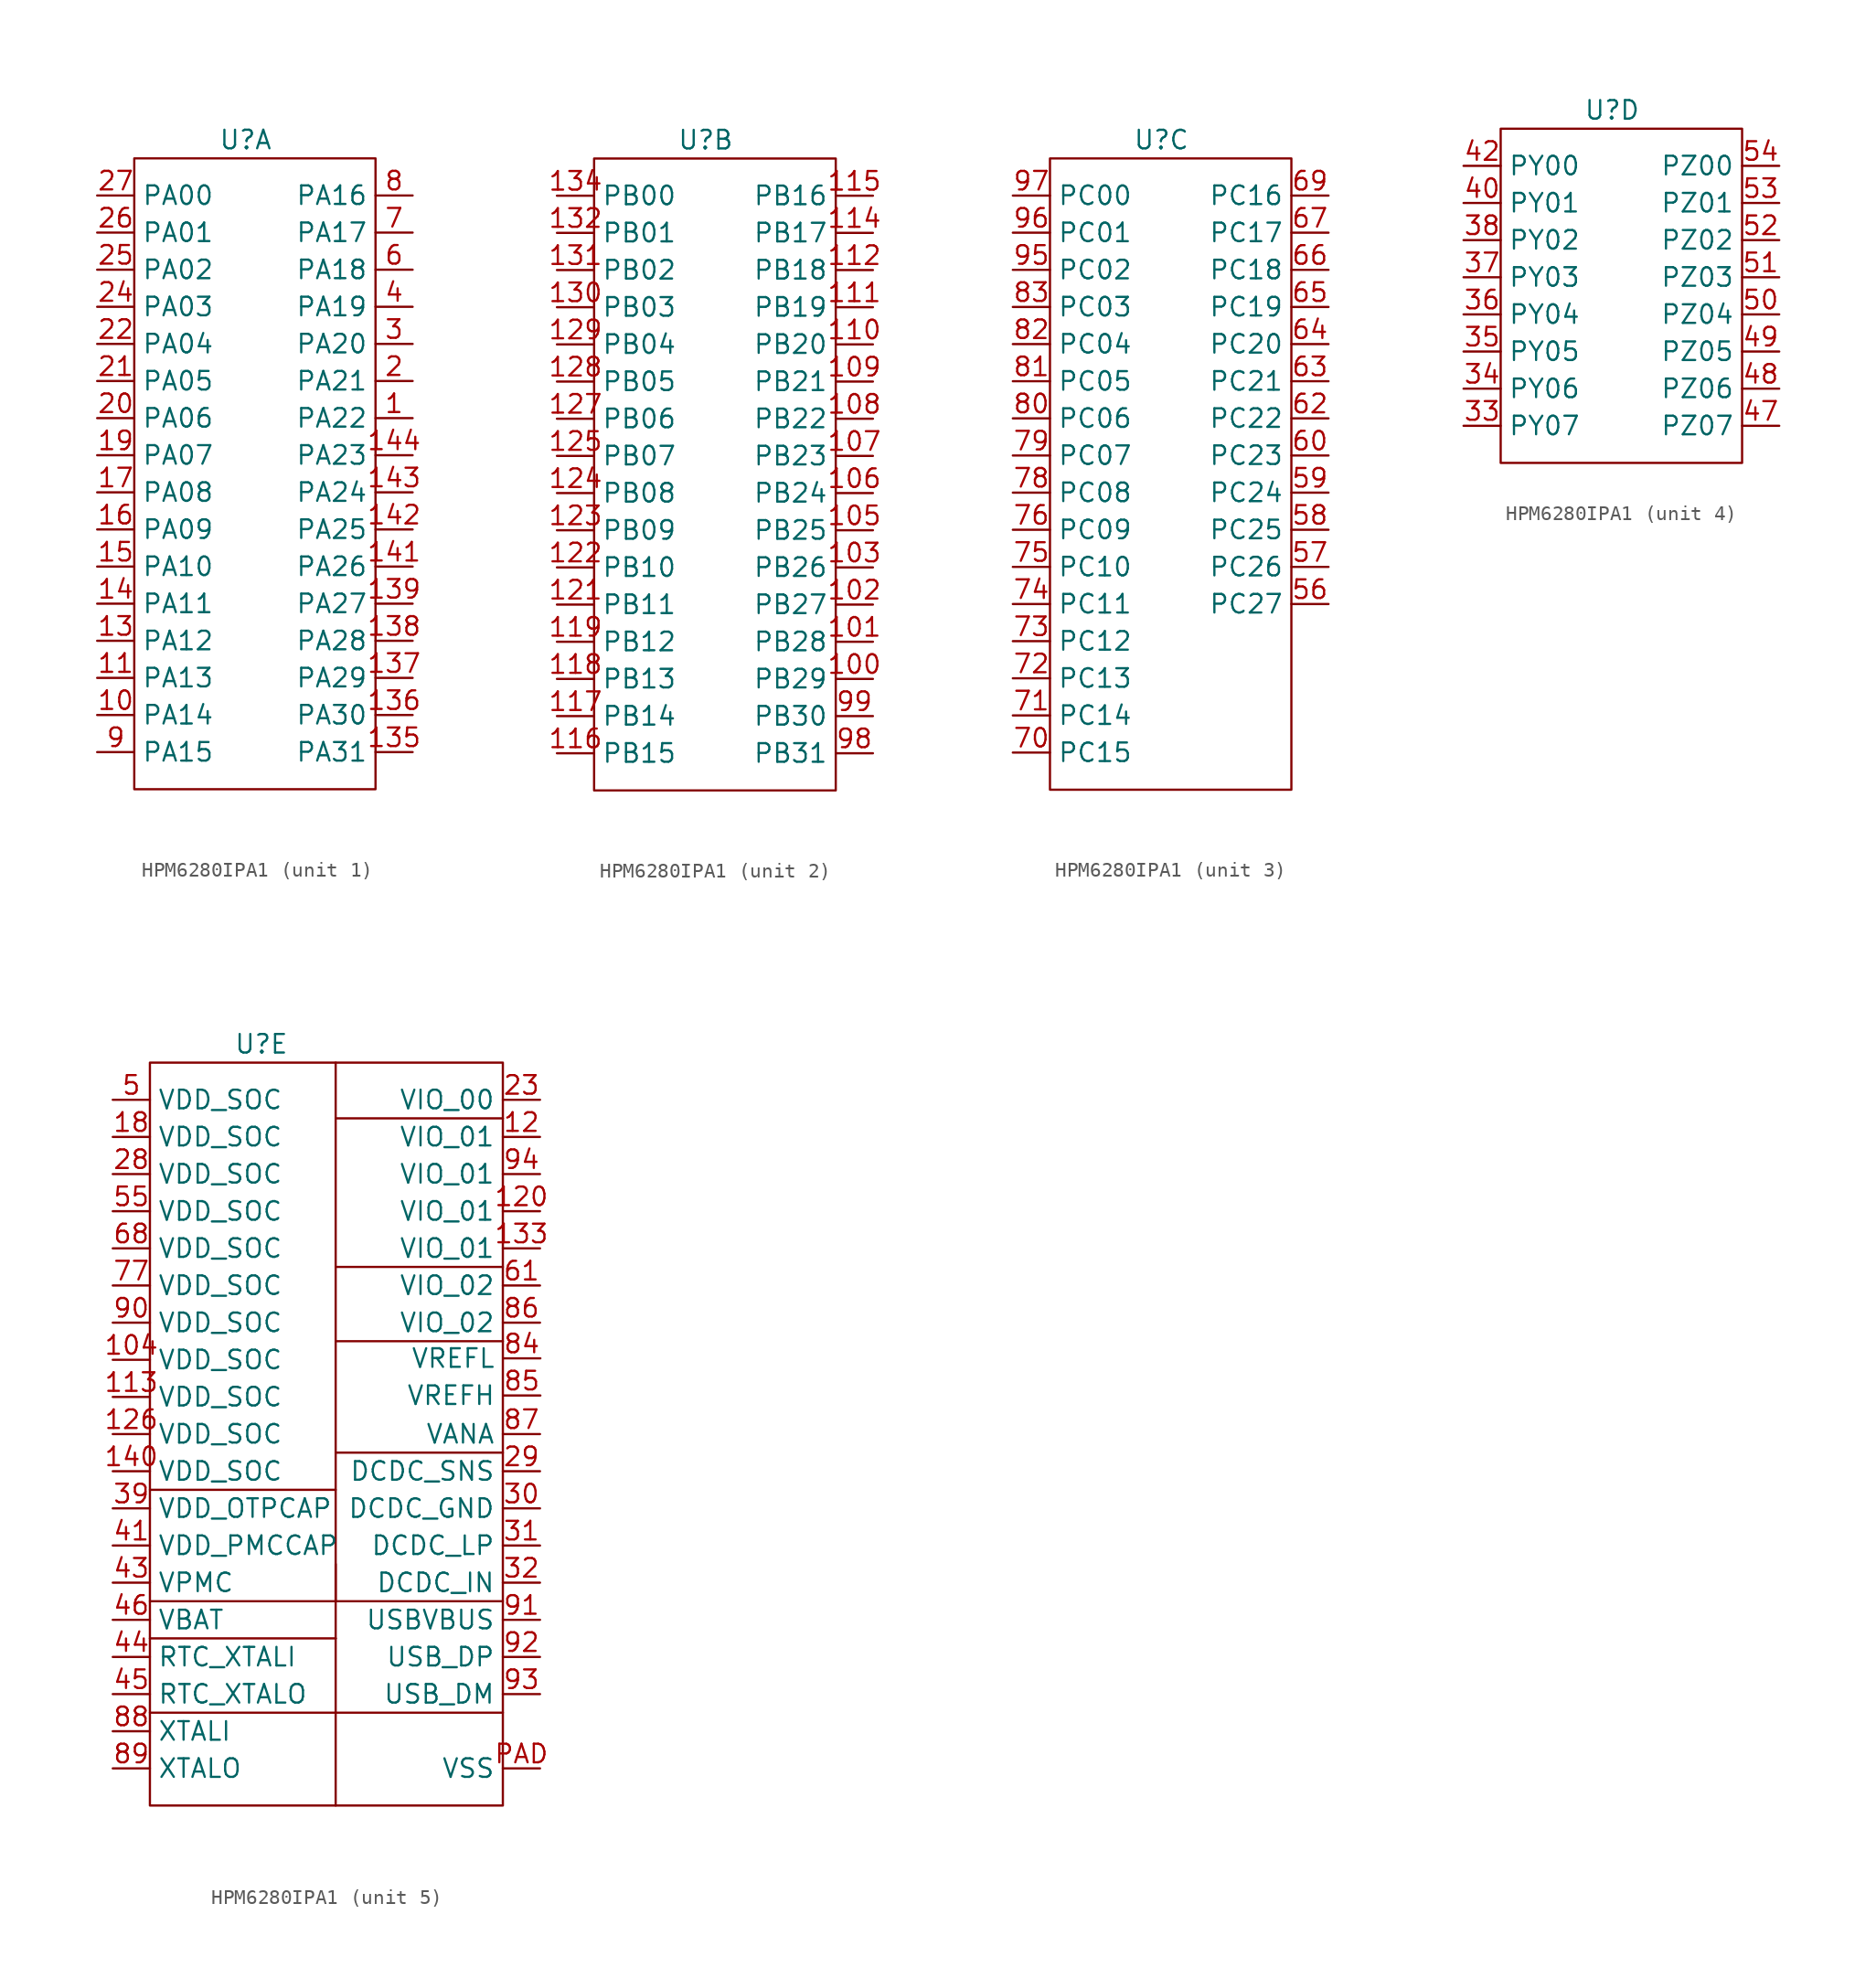
<source format=kicad_sym>
(kicad_symbol_lib
  (version 20220914)
  (generator kicad_symbol_editor)
  (symbol "HPM6280IPA1"
    (property "Reference" "U"
      (at 10.16 3.81 0)
      (effects (font (size 1.27 1.27))))
    (property "Value" ""
      (at 0 0 0)
      (effects (font (size 1.27 1.27))))
    (property "ki_locked" ""
      (at 0 0 0)
      (effects (font (size 1.27 1.27))))
    (symbol "HPM6280IPA1_1_1"
      (rectangle (start 2.54 2.54) (end 19.05 -40.64) (stroke (width 0) (type default)) (fill (type none)))
      (pin bidirectional line (at 21.59 -15.24 180) (length 2.54) (name "PA22" (effects (font (size 1.27 1.27)))) (number "1" (effects (font (size 1.27 1.27)))))
      (pin bidirectional line (at 0 -35.56 0) (length 2.54) (name "PA14" (effects (font (size 1.27 1.27)))) (number "10" (effects (font (size 1.27 1.27)))))
      (pin bidirectional line (at 0 -33.02 0) (length 2.54) (name "PA13" (effects (font (size 1.27 1.27)))) (number "11" (effects (font (size 1.27 1.27)))))
      (pin bidirectional line (at 0 -30.48 0) (length 2.54) (name "PA12" (effects (font (size 1.27 1.27)))) (number "13" (effects (font (size 1.27 1.27)))))
      (pin bidirectional line (at 21.59 -38.1 180) (length 2.54) (name "PA31" (effects (font (size 1.27 1.27)))) (number "135" (effects (font (size 1.27 1.27)))))
      (pin bidirectional line (at 21.59 -35.56 180) (length 2.54) (name "PA30" (effects (font (size 1.27 1.27)))) (number "136" (effects (font (size 1.27 1.27)))))
      (pin bidirectional line (at 21.59 -33.02 180) (length 2.54) (name "PA29" (effects (font (size 1.27 1.27)))) (number "137" (effects (font (size 1.27 1.27)))))
      (pin bidirectional line (at 21.59 -30.48 180) (length 2.54) (name "PA28" (effects (font (size 1.27 1.27)))) (number "138" (effects (font (size 1.27 1.27)))))
      (pin bidirectional line (at 21.59 -27.94 180) (length 2.54) (name "PA27" (effects (font (size 1.27 1.27)))) (number "139" (effects (font (size 1.27 1.27)))))
      (pin bidirectional line (at 0 -27.94 0) (length 2.54) (name "PA11" (effects (font (size 1.27 1.27)))) (number "14" (effects (font (size 1.27 1.27)))))
      (pin bidirectional line (at 21.59 -25.4 180) (length 2.54) (name "PA26" (effects (font (size 1.27 1.27)))) (number "141" (effects (font (size 1.27 1.27)))))
      (pin bidirectional line (at 21.59 -22.86 180) (length 2.54) (name "PA25" (effects (font (size 1.27 1.27)))) (number "142" (effects (font (size 1.27 1.27)))))
      (pin bidirectional line (at 21.59 -20.32 180) (length 2.54) (name "PA24" (effects (font (size 1.27 1.27)))) (number "143" (effects (font (size 1.27 1.27)))))
      (pin bidirectional line (at 21.59 -17.78 180) (length 2.54) (name "PA23" (effects (font (size 1.27 1.27)))) (number "144" (effects (font (size 1.27 1.27)))))
      (pin bidirectional line (at 0 -25.4 0) (length 2.54) (name "PA10" (effects (font (size 1.27 1.27)))) (number "15" (effects (font (size 1.27 1.27)))))
      (pin bidirectional line (at 0 -22.86 0) (length 2.54) (name "PA09" (effects (font (size 1.27 1.27)))) (number "16" (effects (font (size 1.27 1.27)))))
      (pin bidirectional line (at 0 -20.32 0) (length 2.54) (name "PA08" (effects (font (size 1.27 1.27)))) (number "17" (effects (font (size 1.27 1.27)))))
      (pin bidirectional line (at 0 -17.78 0) (length 2.54) (name "PA07" (effects (font (size 1.27 1.27)))) (number "19" (effects (font (size 1.27 1.27)))))
      (pin bidirectional line (at 21.59 -12.7 180) (length 2.54) (name "PA21" (effects (font (size 1.27 1.27)))) (number "2" (effects (font (size 1.27 1.27)))))
      (pin bidirectional line (at 0 -15.24 0) (length 2.54) (name "PA06" (effects (font (size 1.27 1.27)))) (number "20" (effects (font (size 1.27 1.27)))))
      (pin bidirectional line (at 0 -12.7 0) (length 2.54) (name "PA05" (effects (font (size 1.27 1.27)))) (number "21" (effects (font (size 1.27 1.27)))))
      (pin bidirectional line (at 0 -10.16 0) (length 2.54) (name "PA04" (effects (font (size 1.27 1.27)))) (number "22" (effects (font (size 1.27 1.27)))))
      (pin bidirectional line (at 0 -7.62 0) (length 2.54) (name "PA03" (effects (font (size 1.27 1.27)))) (number "24" (effects (font (size 1.27 1.27)))))
      (pin bidirectional line (at 0 -5.08 0) (length 2.54) (name "PA02" (effects (font (size 1.27 1.27)))) (number "25" (effects (font (size 1.27 1.27)))))
      (pin bidirectional line (at 0 -2.54 0) (length 2.54) (name "PA01" (effects (font (size 1.27 1.27)))) (number "26" (effects (font (size 1.27 1.27)))))
      (pin bidirectional line (at 0 0 0) (length 2.54) (name "PA00" (effects (font (size 1.27 1.27)))) (number "27" (effects (font (size 1.27 1.27)))))
      (pin bidirectional line (at 21.59 -10.16 180) (length 2.54) (name "PA20" (effects (font (size 1.27 1.27)))) (number "3" (effects (font (size 1.27 1.27)))))
      (pin bidirectional line (at 21.59 -7.62 180) (length 2.54) (name "PA19" (effects (font (size 1.27 1.27)))) (number "4" (effects (font (size 1.27 1.27)))))
      (pin bidirectional line (at 21.59 -5.08 180) (length 2.54) (name "PA18" (effects (font (size 1.27 1.27)))) (number "6" (effects (font (size 1.27 1.27)))))
      (pin bidirectional line (at 21.59 -2.54 180) (length 2.54) (name "PA17" (effects (font (size 1.27 1.27)))) (number "7" (effects (font (size 1.27 1.27)))))
      (pin bidirectional line (at 21.59 0 180) (length 2.54) (name "PA16" (effects (font (size 1.27 1.27)))) (number "8" (effects (font (size 1.27 1.27)))))
      (pin bidirectional line (at 0 -38.1 0) (length 2.54) (name "PA15" (effects (font (size 1.27 1.27)))) (number "9" (effects (font (size 1.27 1.27))))))
    (symbol "HPM6280IPA1_2_1"
      (rectangle (start 2.54 2.54) (end 19.05 -40.64) (stroke (width 0) (type default)) (fill (type none)))
      (pin bidirectional line (at 21.59 -33.02 180) (length 2.54) (name "PB29" (effects (font (size 1.27 1.27)))) (number "100" (effects (font (size 1.27 1.27)))))
      (pin bidirectional line (at 21.59 -30.48 180) (length 2.54) (name "PB28" (effects (font (size 1.27 1.27)))) (number "101" (effects (font (size 1.27 1.27)))))
      (pin bidirectional line (at 21.59 -27.94 180) (length 2.54) (name "PB27" (effects (font (size 1.27 1.27)))) (number "102" (effects (font (size 1.27 1.27)))))
      (pin bidirectional line (at 21.59 -25.4 180) (length 2.54) (name "PB26" (effects (font (size 1.27 1.27)))) (number "103" (effects (font (size 1.27 1.27)))))
      (pin bidirectional line (at 21.59 -22.86 180) (length 2.54) (name "PB25" (effects (font (size 1.27 1.27)))) (number "105" (effects (font (size 1.27 1.27)))))
      (pin bidirectional line (at 21.59 -20.32 180) (length 2.54) (name "PB24" (effects (font (size 1.27 1.27)))) (number "106" (effects (font (size 1.27 1.27)))))
      (pin bidirectional line (at 21.59 -17.78 180) (length 2.54) (name "PB23" (effects (font (size 1.27 1.27)))) (number "107" (effects (font (size 1.27 1.27)))))
      (pin bidirectional line (at 21.59 -15.24 180) (length 2.54) (name "PB22" (effects (font (size 1.27 1.27)))) (number "108" (effects (font (size 1.27 1.27)))))
      (pin bidirectional line (at 21.59 -12.7 180) (length 2.54) (name "PB21" (effects (font (size 1.27 1.27)))) (number "109" (effects (font (size 1.27 1.27)))))
      (pin bidirectional line (at 21.59 -10.16 180) (length 2.54) (name "PB20" (effects (font (size 1.27 1.27)))) (number "110" (effects (font (size 1.27 1.27)))))
      (pin bidirectional line (at 21.59 -7.62 180) (length 2.54) (name "PB19" (effects (font (size 1.27 1.27)))) (number "111" (effects (font (size 1.27 1.27)))))
      (pin bidirectional line (at 21.59 -5.08 180) (length 2.54) (name "PB18" (effects (font (size 1.27 1.27)))) (number "112" (effects (font (size 1.27 1.27)))))
      (pin bidirectional line (at 21.59 -2.54 180) (length 2.54) (name "PB17" (effects (font (size 1.27 1.27)))) (number "114" (effects (font (size 1.27 1.27)))))
      (pin bidirectional line (at 21.59 0 180) (length 2.54) (name "PB16" (effects (font (size 1.27 1.27)))) (number "115" (effects (font (size 1.27 1.27)))))
      (pin bidirectional line (at 0 -38.1 0) (length 2.54) (name "PB15" (effects (font (size 1.27 1.27)))) (number "116" (effects (font (size 1.27 1.27)))))
      (pin bidirectional line (at 0 -35.56 0) (length 2.54) (name "PB14" (effects (font (size 1.27 1.27)))) (number "117" (effects (font (size 1.27 1.27)))))
      (pin bidirectional line (at 0 -33.02 0) (length 2.54) (name "PB13" (effects (font (size 1.27 1.27)))) (number "118" (effects (font (size 1.27 1.27)))))
      (pin bidirectional line (at 0 -30.48 0) (length 2.54) (name "PB12" (effects (font (size 1.27 1.27)))) (number "119" (effects (font (size 1.27 1.27)))))
      (pin bidirectional line (at 0 -27.94 0) (length 2.54) (name "PB11" (effects (font (size 1.27 1.27)))) (number "121" (effects (font (size 1.27 1.27)))))
      (pin bidirectional line (at 0 -25.4 0) (length 2.54) (name "PB10" (effects (font (size 1.27 1.27)))) (number "122" (effects (font (size 1.27 1.27)))))
      (pin bidirectional line (at 0 -22.86 0) (length 2.54) (name "PB09" (effects (font (size 1.27 1.27)))) (number "123" (effects (font (size 1.27 1.27)))))
      (pin bidirectional line (at 0 -20.32 0) (length 2.54) (name "PB08" (effects (font (size 1.27 1.27)))) (number "124" (effects (font (size 1.27 1.27)))))
      (pin bidirectional line (at 0 -17.78 0) (length 2.54) (name "PB07" (effects (font (size 1.27 1.27)))) (number "125" (effects (font (size 1.27 1.27)))))
      (pin bidirectional line (at 0 -15.24 0) (length 2.54) (name "PB06" (effects (font (size 1.27 1.27)))) (number "127" (effects (font (size 1.27 1.27)))))
      (pin bidirectional line (at 0 -12.7 0) (length 2.54) (name "PB05" (effects (font (size 1.27 1.27)))) (number "128" (effects (font (size 1.27 1.27)))))
      (pin bidirectional line (at 0 -10.16 0) (length 2.54) (name "PB04" (effects (font (size 1.27 1.27)))) (number "129" (effects (font (size 1.27 1.27)))))
      (pin bidirectional line (at 0 -7.62 0) (length 2.54) (name "PB03" (effects (font (size 1.27 1.27)))) (number "130" (effects (font (size 1.27 1.27)))))
      (pin bidirectional line (at 0 -5.08 0) (length 2.54) (name "PB02" (effects (font (size 1.27 1.27)))) (number "131" (effects (font (size 1.27 1.27)))))
      (pin bidirectional line (at 0 -2.54 0) (length 2.54) (name "PB01" (effects (font (size 1.27 1.27)))) (number "132" (effects (font (size 1.27 1.27)))))
      (pin bidirectional line (at 0 0 0) (length 2.54) (name "PB00" (effects (font (size 1.27 1.27)))) (number "134" (effects (font (size 1.27 1.27)))))
      (pin bidirectional line (at 21.59 -38.1 180) (length 2.54) (name "PB31" (effects (font (size 1.27 1.27)))) (number "98" (effects (font (size 1.27 1.27)))))
      (pin bidirectional line (at 21.59 -35.56 180) (length 2.54) (name "PB30" (effects (font (size 1.27 1.27)))) (number "99" (effects (font (size 1.27 1.27))))))
    (symbol "HPM6280IPA1_3_1"
      (rectangle (start 2.54 2.54) (end 19.05 -40.64) (stroke (width 0) (type default)) (fill (type none)))
      (pin bidirectional line (at 21.59 -27.94 180) (length 2.54) (name "PC27" (effects (font (size 1.27 1.27)))) (number "56" (effects (font (size 1.27 1.27)))))
      (pin bidirectional line (at 21.59 -25.4 180) (length 2.54) (name "PC26" (effects (font (size 1.27 1.27)))) (number "57" (effects (font (size 1.27 1.27)))))
      (pin bidirectional line (at 21.59 -22.86 180) (length 2.54) (name "PC25" (effects (font (size 1.27 1.27)))) (number "58" (effects (font (size 1.27 1.27)))))
      (pin bidirectional line (at 21.59 -20.32 180) (length 2.54) (name "PC24" (effects (font (size 1.27 1.27)))) (number "59" (effects (font (size 1.27 1.27)))))
      (pin bidirectional line (at 21.59 -17.78 180) (length 2.54) (name "PC23" (effects (font (size 1.27 1.27)))) (number "60" (effects (font (size 1.27 1.27)))))
      (pin bidirectional line (at 21.59 -15.24 180) (length 2.54) (name "PC22" (effects (font (size 1.27 1.27)))) (number "62" (effects (font (size 1.27 1.27)))))
      (pin bidirectional line (at 21.59 -12.7 180) (length 2.54) (name "PC21" (effects (font (size 1.27 1.27)))) (number "63" (effects (font (size 1.27 1.27)))))
      (pin bidirectional line (at 21.59 -10.16 180) (length 2.54) (name "PC20" (effects (font (size 1.27 1.27)))) (number "64" (effects (font (size 1.27 1.27)))))
      (pin bidirectional line (at 21.59 -7.62 180) (length 2.54) (name "PC19" (effects (font (size 1.27 1.27)))) (number "65" (effects (font (size 1.27 1.27)))))
      (pin bidirectional line (at 21.59 -5.08 180) (length 2.54) (name "PC18" (effects (font (size 1.27 1.27)))) (number "66" (effects (font (size 1.27 1.27)))))
      (pin bidirectional line (at 21.59 -2.54 180) (length 2.54) (name "PC17" (effects (font (size 1.27 1.27)))) (number "67" (effects (font (size 1.27 1.27)))))
      (pin bidirectional line (at 21.59 0 180) (length 2.54) (name "PC16" (effects (font (size 1.27 1.27)))) (number "69" (effects (font (size 1.27 1.27)))))
      (pin bidirectional line (at 0 -38.1 0) (length 2.54) (name "PC15" (effects (font (size 1.27 1.27)))) (number "70" (effects (font (size 1.27 1.27)))))
      (pin bidirectional line (at 0 -35.56 0) (length 2.54) (name "PC14" (effects (font (size 1.27 1.27)))) (number "71" (effects (font (size 1.27 1.27)))))
      (pin bidirectional line (at 0 -33.02 0) (length 2.54) (name "PC13" (effects (font (size 1.27 1.27)))) (number "72" (effects (font (size 1.27 1.27)))))
      (pin bidirectional line (at 0 -30.48 0) (length 2.54) (name "PC12" (effects (font (size 1.27 1.27)))) (number "73" (effects (font (size 1.27 1.27)))))
      (pin bidirectional line (at 0 -27.94 0) (length 2.54) (name "PC11" (effects (font (size 1.27 1.27)))) (number "74" (effects (font (size 1.27 1.27)))))
      (pin bidirectional line (at 0 -25.4 0) (length 2.54) (name "PC10" (effects (font (size 1.27 1.27)))) (number "75" (effects (font (size 1.27 1.27)))))
      (pin bidirectional line (at 0 -22.86 0) (length 2.54) (name "PC09" (effects (font (size 1.27 1.27)))) (number "76" (effects (font (size 1.27 1.27)))))
      (pin bidirectional line (at 0 -20.32 0) (length 2.54) (name "PC08" (effects (font (size 1.27 1.27)))) (number "78" (effects (font (size 1.27 1.27)))))
      (pin bidirectional line (at 0 -17.78 0) (length 2.54) (name "PC07" (effects (font (size 1.27 1.27)))) (number "79" (effects (font (size 1.27 1.27)))))
      (pin bidirectional line (at 0 -15.24 0) (length 2.54) (name "PC06" (effects (font (size 1.27 1.27)))) (number "80" (effects (font (size 1.27 1.27)))))
      (pin bidirectional line (at 0 -12.7 0) (length 2.54) (name "PC05" (effects (font (size 1.27 1.27)))) (number "81" (effects (font (size 1.27 1.27)))))
      (pin bidirectional line (at 0 -10.16 0) (length 2.54) (name "PC04" (effects (font (size 1.27 1.27)))) (number "82" (effects (font (size 1.27 1.27)))))
      (pin bidirectional line (at 0 -7.62 0) (length 2.54) (name "PC03" (effects (font (size 1.27 1.27)))) (number "83" (effects (font (size 1.27 1.27)))))
      (pin bidirectional line (at 0 -5.08 0) (length 2.54) (name "PC02" (effects (font (size 1.27 1.27)))) (number "95" (effects (font (size 1.27 1.27)))))
      (pin bidirectional line (at 0 -2.54 0) (length 2.54) (name "PC01" (effects (font (size 1.27 1.27)))) (number "96" (effects (font (size 1.27 1.27)))))
      (pin bidirectional line (at 0 0 0) (length 2.54) (name "PC00" (effects (font (size 1.27 1.27)))) (number "97" (effects (font (size 1.27 1.27))))))
    (symbol "HPM6280IPA1_4_1"
      (rectangle (start 2.54 2.54) (end 19.05 -20.32) (stroke (width 0) (type default)) (fill (type none)))
      (pin bidirectional line (at 0 -17.78 0) (length 2.54) (name "PY07" (effects (font (size 1.27 1.27)))) (number "33" (effects (font (size 1.27 1.27)))))
      (pin bidirectional line (at 0 -15.24 0) (length 2.54) (name "PY06" (effects (font (size 1.27 1.27)))) (number "34" (effects (font (size 1.27 1.27)))))
      (pin bidirectional line (at 0 -12.7 0) (length 2.54) (name "PY05" (effects (font (size 1.27 1.27)))) (number "35" (effects (font (size 1.27 1.27)))))
      (pin bidirectional line (at 0 -10.16 0) (length 2.54) (name "PY04" (effects (font (size 1.27 1.27)))) (number "36" (effects (font (size 1.27 1.27)))))
      (pin bidirectional line (at 0 -7.62 0) (length 2.54) (name "PY03" (effects (font (size 1.27 1.27)))) (number "37" (effects (font (size 1.27 1.27)))))
      (pin bidirectional line (at 0 -5.08 0) (length 2.54) (name "PY02" (effects (font (size 1.27 1.27)))) (number "38" (effects (font (size 1.27 1.27)))))
      (pin bidirectional line (at 0 -2.54 0) (length 2.54) (name "PY01" (effects (font (size 1.27 1.27)))) (number "40" (effects (font (size 1.27 1.27)))))
      (pin bidirectional line (at 0 0 0) (length 2.54) (name "PY00" (effects (font (size 1.27 1.27)))) (number "42" (effects (font (size 1.27 1.27)))))
      (pin bidirectional line (at 21.59 -17.78 180) (length 2.54) (name "PZ07" (effects (font (size 1.27 1.27)))) (number "47" (effects (font (size 1.27 1.27)))))
      (pin bidirectional line (at 21.59 -15.24 180) (length 2.54) (name "PZ06" (effects (font (size 1.27 1.27)))) (number "48" (effects (font (size 1.27 1.27)))))
      (pin bidirectional line (at 21.59 -12.7 180) (length 2.54) (name "PZ05" (effects (font (size 1.27 1.27)))) (number "49" (effects (font (size 1.27 1.27)))))
      (pin bidirectional line (at 21.59 -10.16 180) (length 2.54) (name "PZ04" (effects (font (size 1.27 1.27)))) (number "50" (effects (font (size 1.27 1.27)))))
      (pin bidirectional line (at 21.59 -7.62 180) (length 2.54) (name "PZ03" (effects (font (size 1.27 1.27)))) (number "51" (effects (font (size 1.27 1.27)))))
      (pin bidirectional line (at 21.59 -5.08 180) (length 2.54) (name "PZ02" (effects (font (size 1.27 1.27)))) (number "52" (effects (font (size 1.27 1.27)))))
      (pin bidirectional line (at 21.59 -2.54 180) (length 2.54) (name "PZ01" (effects (font (size 1.27 1.27)))) (number "53" (effects (font (size 1.27 1.27)))))
      (pin bidirectional line (at 21.59 0 180) (length 2.54) (name "PZ00" (effects (font (size 1.27 1.27)))) (number "54" (effects (font (size 1.27 1.27))))))
    (symbol "HPM6280IPA1_5_1"
      (polyline (pts (xy 2.54 -26.67) (xy 15.24 -26.67)) (stroke (width 0) (type default)) (fill (type none)))
      (polyline (pts (xy 15.24 -41.91) (xy 15.24 -48.26)) (stroke (width 0) (type default)) (fill (type none)))
      (polyline (pts (xy 15.24 -41.91) (xy 26.67 -41.91)) (stroke (width 0) (type default)) (fill (type none)))
      (polyline (pts (xy 15.24 -36.83) (xy 2.54 -36.83)) (stroke (width 0) (type default)) (fill (type none)))
      (polyline (pts (xy 2.54 -34.29) (xy 15.24 -34.29) (xy 15.24 -31.75)) (stroke (width 0) (type default)) (fill (type none)))
      (polyline (pts (xy 15.24 -36.83) (xy 15.24 -41.91) (xy 2.54 -41.91)) (stroke (width 0) (type default)) (fill (type none)))
      (polyline (pts (xy 15.24 -34.29) (xy 15.24 -35.56) (xy 15.24 -36.83)) (stroke (width 0) (type default)) (fill (type none)))
      (polyline (pts (xy 15.24 -24.13) (xy 15.24 -34.29) (xy 26.67 -34.29)) (stroke (width 0) (type default)) (fill (type none)))
      (polyline (pts (xy 15.24 -16.51) (xy 15.24 -24.13) (xy 26.67 -24.13)) (stroke (width 0) (type default)) (fill (type none)))
      (polyline (pts (xy 15.24 -11.43) (xy 15.24 -16.51) (xy 26.67 -16.51)) (stroke (width 0) (type default)) (fill (type none)))
      (polyline (pts (xy 15.24 -1.27) (xy 15.24 -11.43) (xy 26.67 -11.43)) (stroke (width 0) (type default)) (fill (type none)))
      (polyline (pts (xy 26.67 -1.27) (xy 15.24 -1.27) (xy 15.24 2.54)) (stroke (width 0) (type default)) (fill (type none)))
      (rectangle (start 2.54 2.54) (end 26.67 -48.26) (stroke (width 0) (type default)) (fill (type none)))
      (pin power_in line (at 0 -17.78 0) (length 2.54) (name "VDD_SOC" (effects (font (size 1.27 1.27)))) (number "104" (effects (font (size 1.27 1.27)))))
      (pin power_in line (at 0 -20.32 0) (length 2.54) (name "VDD_SOC" (effects (font (size 1.27 1.27)))) (number "113" (effects (font (size 1.27 1.27)))))
      (pin power_in line (at 29.21 -2.54 180) (length 2.54) (name "VIO_01" (effects (font (size 1.27 1.27)))) (number "12" (effects (font (size 1.27 1.27)))))
      (pin power_in line (at 29.21 -7.62 180) (length 2.54) (name "VIO_01" (effects (font (size 1.27 1.27)))) (number "120" (effects (font (size 1.27 1.27)))))
      (pin power_in line (at 0 -22.86 0) (length 2.54) (name "VDD_SOC" (effects (font (size 1.27 1.27)))) (number "126" (effects (font (size 1.27 1.27)))))
      (pin power_in line (at 29.21 -10.16 180) (length 2.54) (name "VIO_01" (effects (font (size 1.27 1.27)))) (number "133" (effects (font (size 1.27 1.27)))))
      (pin power_in line (at 0 -25.4 0) (length 2.54) (name "VDD_SOC" (effects (font (size 1.27 1.27)))) (number "140" (effects (font (size 1.27 1.27)))))
      (pin power_in line (at 0 -2.54 0) (length 2.54) (name "VDD_SOC" (effects (font (size 1.27 1.27)))) (number "18" (effects (font (size 1.27 1.27)))))
      (pin power_in line (at 29.21 0 180) (length 2.54) (name "VIO_00" (effects (font (size 1.27 1.27)))) (number "23" (effects (font (size 1.27 1.27)))))
      (pin power_in line (at 0 -5.08 0) (length 2.54) (name "VDD_SOC" (effects (font (size 1.27 1.27)))) (number "28" (effects (font (size 1.27 1.27)))))
      (pin power_in line (at 29.21 -25.4 180) (length 2.54) (name "DCDC_SNS" (effects (font (size 1.27 1.27)))) (number "29" (effects (font (size 1.27 1.27)))))
      (pin power_in line (at 29.21 -27.94 180) (length 2.54) (name "DCDC_GND" (effects (font (size 1.27 1.27)))) (number "30" (effects (font (size 1.27 1.27)))))
      (pin power_in line (at 29.21 -30.48 180) (length 2.54) (name "DCDC_LP" (effects (font (size 1.27 1.27)))) (number "31" (effects (font (size 1.27 1.27)))))
      (pin power_in line (at 29.21 -33.02 180) (length 2.54) (name "DCDC_IN" (effects (font (size 1.27 1.27)))) (number "32" (effects (font (size 1.27 1.27)))))
      (pin power_in line (at 0 -27.94 0) (length 2.54) (name "VDD_OTPCAP" (effects (font (size 1.27 1.27)))) (number "39" (effects (font (size 1.27 1.27)))))
      (pin power_in line (at 0 -30.48 0) (length 2.54) (name "VDD_PMCCAP" (effects (font (size 1.27 1.27)))) (number "41" (effects (font (size 1.27 1.27)))))
      (pin power_in line (at 0 -33.02 0) (length 2.54) (name "VPMC" (effects (font (size 1.27 1.27)))) (number "43" (effects (font (size 1.27 1.27)))))
      (pin bidirectional line (at 0 -38.1 0) (length 2.54) (name "RTC_XTALI" (effects (font (size 1.27 1.27)))) (number "44" (effects (font (size 1.27 1.27)))))
      (pin bidirectional line (at 0 -40.64 0) (length 2.54) (name "RTC_XTALO" (effects (font (size 1.27 1.27)))) (number "45" (effects (font (size 1.27 1.27)))))
      (pin power_in line (at 0 -35.56 0) (length 2.54) (name "VBAT" (effects (font (size 1.27 1.27)))) (number "46" (effects (font (size 1.27 1.27)))))
      (pin power_in line (at 0 0 0) (length 2.54) (name "VDD_SOC" (effects (font (size 1.27 1.27)))) (number "5" (effects (font (size 1.27 1.27)))))
      (pin power_in line (at 0 -7.62 0) (length 2.54) (name "VDD_SOC" (effects (font (size 1.27 1.27)))) (number "55" (effects (font (size 1.27 1.27)))))
      (pin power_in line (at 29.21 -12.7 180) (length 2.54) (name "VIO_02" (effects (font (size 1.27 1.27)))) (number "61" (effects (font (size 1.27 1.27)))))
      (pin power_in line (at 0 -10.16 0) (length 2.54) (name "VDD_SOC" (effects (font (size 1.27 1.27)))) (number "68" (effects (font (size 1.27 1.27)))))
      (pin power_in line (at 0 -12.7 0) (length 2.54) (name "VDD_SOC" (effects (font (size 1.27 1.27)))) (number "77" (effects (font (size 1.27 1.27)))))
      (pin power_in line (at 29.235 -17.681 180) (length 2.54) (name "VREFL" (effects (font (size 1.27 1.27)))) (number "84" (effects (font (size 1.27 1.27)))))
      (pin power_in line (at 29.235 -20.221 180) (length 2.54) (name "VREFH" (effects (font (size 1.27 1.27)))) (number "85" (effects (font (size 1.27 1.27)))))
      (pin power_in line (at 29.21 -15.24 180) (length 2.54) (name "VIO_02" (effects (font (size 1.27 1.27)))) (number "86" (effects (font (size 1.27 1.27)))))
      (pin power_in line (at 29.21 -22.86 180) (length 2.54) (name "VANA" (effects (font (size 1.27 1.27)))) (number "87" (effects (font (size 1.27 1.27)))))
      (pin bidirectional line (at 0 -43.18 0) (length 2.54) (name "XTALI" (effects (font (size 1.27 1.27)))) (number "88" (effects (font (size 1.27 1.27)))))
      (pin bidirectional line (at 0 -45.72 0) (length 2.54) (name "XTALO" (effects (font (size 1.27 1.27)))) (number "89" (effects (font (size 1.27 1.27)))))
      (pin power_in line (at 0 -15.24 0) (length 2.54) (name "VDD_SOC" (effects (font (size 1.27 1.27)))) (number "90" (effects (font (size 1.27 1.27)))))
      (pin power_in line (at 29.21 -35.56 180) (length 2.54) (name "USBVBUS" (effects (font (size 1.27 1.27)))) (number "91" (effects (font (size 1.27 1.27)))))
      (pin bidirectional line (at 29.21 -38.1 180) (length 2.54) (name "USB_DP" (effects (font (size 1.27 1.27)))) (number "92" (effects (font (size 1.27 1.27)))))
      (pin bidirectional line (at 29.21 -40.64 180) (length 2.54) (name "USB_DM" (effects (font (size 1.27 1.27)))) (number "93" (effects (font (size 1.27 1.27)))))
      (pin power_in line (at 29.21 -5.08 180) (length 2.54) (name "VIO_01" (effects (font (size 1.27 1.27)))) (number "94" (effects (font (size 1.27 1.27)))))
      (pin power_in line (at 29.21 -45.72 180) (length 2.54) (name "VSS" (effects (font (size 1.27 1.27)))) (number "PAD" (effects (font (size 1.27 1.27))))))))
</source>
